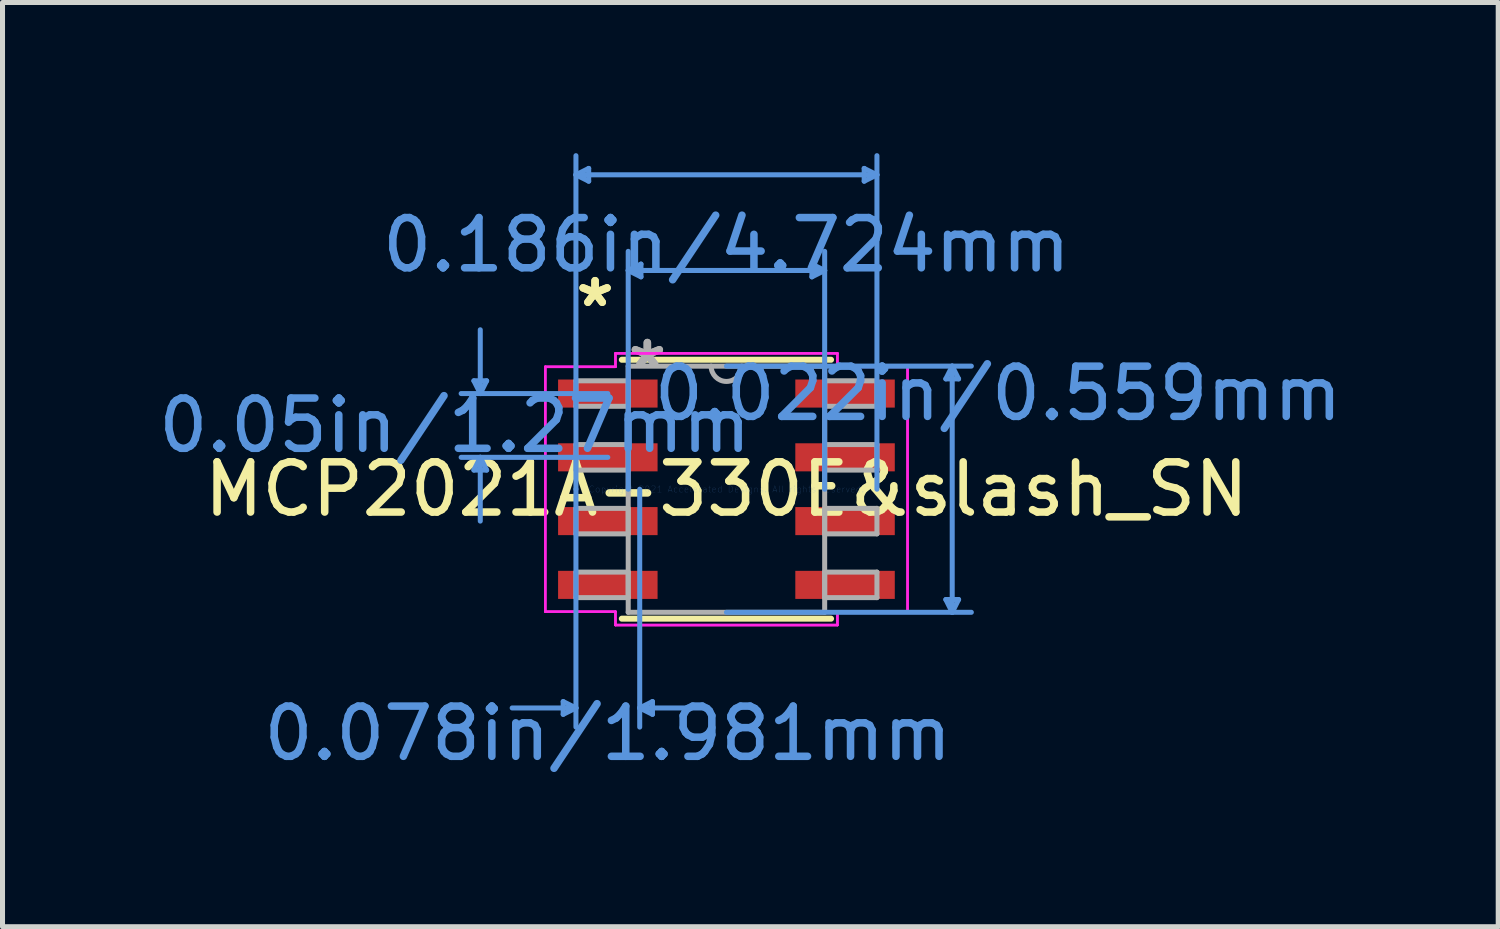
<source format=kicad_pcb>
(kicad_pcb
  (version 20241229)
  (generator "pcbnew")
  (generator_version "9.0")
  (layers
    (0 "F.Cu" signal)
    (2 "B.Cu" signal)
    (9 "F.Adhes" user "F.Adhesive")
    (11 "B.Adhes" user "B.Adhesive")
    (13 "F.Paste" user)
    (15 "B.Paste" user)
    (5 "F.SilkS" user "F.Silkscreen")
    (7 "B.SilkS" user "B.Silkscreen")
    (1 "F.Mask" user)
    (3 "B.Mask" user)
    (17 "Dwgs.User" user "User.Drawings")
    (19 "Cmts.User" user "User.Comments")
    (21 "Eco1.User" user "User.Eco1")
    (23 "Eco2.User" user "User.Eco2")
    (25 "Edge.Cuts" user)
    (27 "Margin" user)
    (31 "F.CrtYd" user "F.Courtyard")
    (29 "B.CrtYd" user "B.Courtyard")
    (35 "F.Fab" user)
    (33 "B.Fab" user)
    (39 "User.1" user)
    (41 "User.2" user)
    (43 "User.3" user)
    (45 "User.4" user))
  (footprint "MCP2021A-330E&slash_SN"
    (layer "F.Cu")
    (at 11.416 6.692)
    (property "Reference" "MCP2021A-330E&slash_SN" (at 0 0 0) (layer "F.SilkS") (effects (font (size 1 1) (thickness 0.15))))
    (attr through_hole)
    (fp_line (start -2.083 2.578) (end 2.083 2.578) (stroke (width 0.12) (type solid)) (layer "F.SilkS"))
    (fp_line (start 2.083 -2.578) (end -2.083 -2.578) (stroke (width 0.12) (type solid)) (layer "F.SilkS"))
    (fp_line (start -5.029 -2.159) (end -4.775 -2.159) (stroke (width 0.1) (type solid)) (layer "Cmts.User"))
    (fp_line (start -5.029 -0.381) (end -4.775 -0.381) (stroke (width 0.1) (type solid)) (layer "Cmts.User"))
    (fp_line (start -4.902 -1.905) (end -5.029 -2.159) (stroke (width 0.1) (type solid)) (layer "Cmts.User"))
    (fp_line (start -4.902 -1.905) (end -4.902 -3.175) (stroke (width 0.1) (type solid)) (layer "Cmts.User"))
    (fp_line (start -4.902 -1.905) (end -4.775 -2.159) (stroke (width 0.1) (type solid)) (layer "Cmts.User"))
    (fp_line (start -4.902 -0.635) (end -5.029 -0.381) (stroke (width 0.1) (type solid)) (layer "Cmts.User"))
    (fp_line (start -4.902 -0.635) (end -4.902 0.635) (stroke (width 0.1) (type solid)) (layer "Cmts.User"))
    (fp_line (start -4.902 -0.635) (end -4.775 -0.381) (stroke (width 0.1) (type solid)) (layer "Cmts.User"))
    (fp_line (start -3.251 4.229) (end -3.251 4.483) (stroke (width 0.1) (type solid)) (layer "Cmts.User"))
    (fp_line (start -2.997 -6.261) (end -2.743 -6.388) (stroke (width 0.1) (type solid)) (layer "Cmts.User"))
    (fp_line (start -2.997 -6.261) (end -2.743 -6.134) (stroke (width 0.1) (type solid)) (layer "Cmts.User"))
    (fp_line (start -2.997 -6.261) (end 2.997 -6.261) (stroke (width 0.1) (type solid)) (layer "Cmts.User"))
    (fp_line (start -2.997 0) (end -2.997 -6.642) (stroke (width 0.1) (type solid)) (layer "Cmts.User"))
    (fp_line (start -2.997 0) (end -2.997 4.737) (stroke (width 0.1) (type solid)) (layer "Cmts.User"))
    (fp_line (start -2.997 4.356) (end -4.267 4.356) (stroke (width 0.1) (type solid)) (layer "Cmts.User"))
    (fp_line (start -2.997 4.356) (end -3.251 4.229) (stroke (width 0.1) (type solid)) (layer "Cmts.User"))
    (fp_line (start -2.997 4.356) (end -3.251 4.483) (stroke (width 0.1) (type solid)) (layer "Cmts.User"))
    (fp_line (start -2.743 -6.388) (end -2.743 -6.134) (stroke (width 0.1) (type solid)) (layer "Cmts.User"))
    (fp_line (start -2.362 -1.905) (end -5.283 -1.905) (stroke (width 0.1) (type solid)) (layer "Cmts.User"))
    (fp_line (start -2.362 -0.635) (end -5.283 -0.635) (stroke (width 0.1) (type solid)) (layer "Cmts.User"))
    (fp_line (start -1.956 -4.356) (end -1.702 -4.483) (stroke (width 0.1) (type solid)) (layer "Cmts.User"))
    (fp_line (start -1.956 -4.356) (end -1.702 -4.229) (stroke (width 0.1) (type solid)) (layer "Cmts.User"))
    (fp_line (start -1.956 -4.356) (end 1.956 -4.356) (stroke (width 0.1) (type solid)) (layer "Cmts.User"))
    (fp_line (start -1.956 0) (end -1.956 -4.737) (stroke (width 0.1) (type solid)) (layer "Cmts.User"))
    (fp_line (start -1.727 0) (end -1.727 4.737) (stroke (width 0.1) (type solid)) (layer "Cmts.User"))
    (fp_line (start -1.727 4.356) (end -1.473 4.229) (stroke (width 0.1) (type solid)) (layer "Cmts.User"))
    (fp_line (start -1.727 4.356) (end -1.473 4.483) (stroke (width 0.1) (type solid)) (layer "Cmts.User"))
    (fp_line (start -1.727 4.356) (end -0.457 4.356) (stroke (width 0.1) (type solid)) (layer "Cmts.User"))
    (fp_line (start -1.702 -4.483) (end -1.702 -4.229) (stroke (width 0.1) (type solid)) (layer "Cmts.User"))
    (fp_line (start -1.473 4.229) (end -1.473 4.483) (stroke (width 0.1) (type solid)) (layer "Cmts.User"))
    (fp_line (start 0 -2.451) (end 4.877 -2.451) (stroke (width 0.1) (type solid)) (layer "Cmts.User"))
    (fp_line (start 0 2.451) (end 4.877 2.451) (stroke (width 0.1) (type solid)) (layer "Cmts.User"))
    (fp_line (start 1.702 -4.483) (end 1.702 -4.229) (stroke (width 0.1) (type solid)) (layer "Cmts.User"))
    (fp_line (start 1.956 -4.356) (end 1.702 -4.483) (stroke (width 0.1) (type solid)) (layer "Cmts.User"))
    (fp_line (start 1.956 -4.356) (end 1.702 -4.229) (stroke (width 0.1) (type solid)) (layer "Cmts.User"))
    (fp_line (start 1.956 0) (end 1.956 -4.737) (stroke (width 0.1) (type solid)) (layer "Cmts.User"))
    (fp_line (start 2.743 -6.388) (end 2.743 -6.134) (stroke (width 0.1) (type solid)) (layer "Cmts.User"))
    (fp_line (start 2.997 -6.261) (end 2.743 -6.388) (stroke (width 0.1) (type solid)) (layer "Cmts.User"))
    (fp_line (start 2.997 -6.261) (end 2.743 -6.134) (stroke (width 0.1) (type solid)) (layer "Cmts.User"))
    (fp_line (start 2.997 0) (end 2.997 -6.642) (stroke (width 0.1) (type solid)) (layer "Cmts.User"))
    (fp_line (start 4.369 -2.197) (end 4.623 -2.197) (stroke (width 0.1) (type solid)) (layer "Cmts.User"))
    (fp_line (start 4.369 2.197) (end 4.623 2.197) (stroke (width 0.1) (type solid)) (layer "Cmts.User"))
    (fp_line (start 4.496 -2.451) (end 4.369 -2.197) (stroke (width 0.1) (type solid)) (layer "Cmts.User"))
    (fp_line (start 4.496 -2.451) (end 4.496 2.451) (stroke (width 0.1) (type solid)) (layer "Cmts.User"))
    (fp_line (start 4.496 -2.451) (end 4.623 -2.197) (stroke (width 0.1) (type solid)) (layer "Cmts.User"))
    (fp_line (start 4.496 2.451) (end 4.369 2.197) (stroke (width 0.1) (type solid)) (layer "Cmts.User"))
    (fp_line (start 4.496 2.451) (end 4.623 2.197) (stroke (width 0.1) (type solid)) (layer "Cmts.User"))
    (fp_line (start -3.607 -2.438) (end -2.21 -2.438) (stroke (width 0.05) (type solid)) (layer "F.CrtYd"))
    (fp_line (start -3.607 -2.438) (end -2.21 -2.438) (stroke (width 0.05) (type solid)) (layer "F.CrtYd"))
    (fp_line (start -3.607 2.438) (end -3.607 -2.438) (stroke (width 0.05) (type solid)) (layer "F.CrtYd"))
    (fp_line (start -3.607 2.438) (end -3.607 -2.438) (stroke (width 0.05) (type solid)) (layer "F.CrtYd"))
    (fp_line (start -3.607 2.438) (end -2.21 2.438) (stroke (width 0.05) (type solid)) (layer "F.CrtYd"))
    (fp_line (start -2.21 -2.705) (end 2.21 -2.705) (stroke (width 0.05) (type solid)) (layer "F.CrtYd"))
    (fp_line (start -2.21 -2.705) (end 2.21 -2.705) (stroke (width 0.05) (type solid)) (layer "F.CrtYd"))
    (fp_line (start -2.21 -2.438) (end -2.21 -2.705) (stroke (width 0.05) (type solid)) (layer "F.CrtYd"))
    (fp_line (start -2.21 -2.438) (end -2.21 -2.705) (stroke (width 0.05) (type solid)) (layer "F.CrtYd"))
    (fp_line (start -2.21 2.438) (end -3.607 2.438) (stroke (width 0.05) (type solid)) (layer "F.CrtYd"))
    (fp_line (start -2.21 2.705) (end -2.21 2.438) (stroke (width 0.05) (type solid)) (layer "F.CrtYd"))
    (fp_line (start -2.21 2.705) (end -2.21 2.438) (stroke (width 0.05) (type solid)) (layer "F.CrtYd"))
    (fp_line (start 2.21 -2.705) (end 2.21 -2.438) (stroke (width 0.05) (type solid)) (layer "F.CrtYd"))
    (fp_line (start 2.21 -2.705) (end 2.21 -2.438) (stroke (width 0.05) (type solid)) (layer "F.CrtYd"))
    (fp_line (start 2.21 -2.438) (end 3.607 -2.438) (stroke (width 0.05) (type solid)) (layer "F.CrtYd"))
    (fp_line (start 2.21 2.438) (end 2.21 2.705) (stroke (width 0.05) (type solid)) (layer "F.CrtYd"))
    (fp_line (start 2.21 2.438) (end 2.21 2.705) (stroke (width 0.05) (type solid)) (layer "F.CrtYd"))
    (fp_line (start 2.21 2.705) (end -2.21 2.705) (stroke (width 0.05) (type solid)) (layer "F.CrtYd"))
    (fp_line (start 2.21 2.705) (end -2.21 2.705) (stroke (width 0.05) (type solid)) (layer "F.CrtYd"))
    (fp_line (start 3.607 -2.438) (end 2.21 -2.438) (stroke (width 0.05) (type solid)) (layer "F.CrtYd"))
    (fp_line (start 3.607 -2.438) (end 3.607 2.438) (stroke (width 0.05) (type solid)) (layer "F.CrtYd"))
    (fp_line (start 3.607 -2.438) (end 3.607 2.438) (stroke (width 0.05) (type solid)) (layer "F.CrtYd"))
    (fp_line (start 3.607 2.438) (end 2.21 2.438) (stroke (width 0.05) (type solid)) (layer "F.CrtYd"))
    (fp_line (start 3.607 2.438) (end 2.21 2.438) (stroke (width 0.05) (type solid)) (layer "F.CrtYd"))
    (fp_line (start -2.997 -2.159) (end -2.997 -1.651) (stroke (width 0.1) (type solid)) (layer "F.Fab"))
    (fp_line (start -2.997 -1.651) (end -1.956 -1.651) (stroke (width 0.1) (type solid)) (layer "F.Fab"))
    (fp_line (start -2.997 -0.889) (end -2.997 -0.381) (stroke (width 0.1) (type solid)) (layer "F.Fab"))
    (fp_line (start -2.997 -0.381) (end -1.956 -0.381) (stroke (width 0.1) (type solid)) (layer "F.Fab"))
    (fp_line (start -2.997 0.381) (end -2.997 0.889) (stroke (width 0.1) (type solid)) (layer "F.Fab"))
    (fp_line (start -2.997 0.889) (end -1.956 0.889) (stroke (width 0.1) (type solid)) (layer "F.Fab"))
    (fp_line (start -2.997 1.651) (end -2.997 2.159) (stroke (width 0.1) (type solid)) (layer "F.Fab"))
    (fp_line (start -2.997 2.159) (end -1.956 2.159) (stroke (width 0.1) (type solid)) (layer "F.Fab"))
    (fp_line (start -1.956 -2.451) (end -1.956 2.451) (stroke (width 0.1) (type solid)) (layer "F.Fab"))
    (fp_line (start -1.956 -2.159) (end -2.997 -2.159) (stroke (width 0.1) (type solid)) (layer "F.Fab"))
    (fp_line (start -1.956 -1.651) (end -1.956 -2.159) (stroke (width 0.1) (type solid)) (layer "F.Fab"))
    (fp_line (start -1.956 -0.889) (end -2.997 -0.889) (stroke (width 0.1) (type solid)) (layer "F.Fab"))
    (fp_line (start -1.956 -0.381) (end -1.956 -0.889) (stroke (width 0.1) (type solid)) (layer "F.Fab"))
    (fp_line (start -1.956 0.381) (end -2.997 0.381) (stroke (width 0.1) (type solid)) (layer "F.Fab"))
    (fp_line (start -1.956 0.889) (end -1.956 0.381) (stroke (width 0.1) (type solid)) (layer "F.Fab"))
    (fp_line (start -1.956 1.651) (end -2.997 1.651) (stroke (width 0.1) (type solid)) (layer "F.Fab"))
    (fp_line (start -1.956 2.159) (end -1.956 1.651) (stroke (width 0.1) (type solid)) (layer "F.Fab"))
    (fp_line (start -1.956 2.451) (end 1.956 2.451) (stroke (width 0.1) (type solid)) (layer "F.Fab"))
    (fp_line (start 1.956 -2.451) (end -1.956 -2.451) (stroke (width 0.1) (type solid)) (layer "F.Fab"))
    (fp_line (start 1.956 -2.159) (end 1.956 -1.651) (stroke (width 0.1) (type solid)) (layer "F.Fab"))
    (fp_line (start 1.956 -1.651) (end 2.997 -1.651) (stroke (width 0.1) (type solid)) (layer "F.Fab"))
    (fp_line (start 1.956 -0.889) (end 1.956 -0.381) (stroke (width 0.1) (type solid)) (layer "F.Fab"))
    (fp_line (start 1.956 -0.381) (end 2.997 -0.381) (stroke (width 0.1) (type solid)) (layer "F.Fab"))
    (fp_line (start 1.956 0.381) (end 1.956 0.889) (stroke (width 0.1) (type solid)) (layer "F.Fab"))
    (fp_line (start 1.956 0.889) (end 2.997 0.889) (stroke (width 0.1) (type solid)) (layer "F.Fab"))
    (fp_line (start 1.956 1.651) (end 1.956 2.159) (stroke (width 0.1) (type solid)) (layer "F.Fab"))
    (fp_line (start 1.956 2.159) (end 2.997 2.159) (stroke (width 0.1) (type solid)) (layer "F.Fab"))
    (fp_line (start 1.956 2.451) (end 1.956 -2.451) (stroke (width 0.1) (type solid)) (layer "F.Fab"))
    (fp_line (start 2.997 -2.159) (end 1.956 -2.159) (stroke (width 0.1) (type solid)) (layer "F.Fab"))
    (fp_line (start 2.997 -1.651) (end 2.997 -2.159) (stroke (width 0.1) (type solid)) (layer "F.Fab"))
    (fp_line (start 2.997 -0.889) (end 1.956 -0.889) (stroke (width 0.1) (type solid)) (layer "F.Fab"))
    (fp_line (start 2.997 -0.381) (end 2.997 -0.889) (stroke (width 0.1) (type solid)) (layer "F.Fab"))
    (fp_line (start 2.997 0.381) (end 1.956 0.381) (stroke (width 0.1) (type solid)) (layer "F.Fab"))
    (fp_line (start 2.997 0.889) (end 2.997 0.381) (stroke (width 0.1) (type solid)) (layer "F.Fab"))
    (fp_line (start 2.997 1.651) (end 1.956 1.651) (stroke (width 0.1) (type solid)) (layer "F.Fab"))
    (fp_line (start 2.997 2.159) (end 2.997 1.651) (stroke (width 0.1) (type solid)) (layer "F.Fab"))
    (fp_arc (start 0.3048 -2.4511) (mid 0 -2.1463) (end -0.3048 -2.4511) (stroke (width 0.1) (type solid)) (layer "F.Fab"))
    (fp_text user "*" (at -2.616 -3.607 0) (layer "F.SilkS") (effects (font (size 1 1) (thickness 0.15))))
    (fp_text user "*" (at -2.616 -3.607 0) (layer "F.SilkS") (effects (font (size 1 1) (thickness 0.15))))
    (fp_text user "0.186in/4.724mm" (at 0 -4.864 0) (layer "Cmts.User") (effects (font (size 1 1) (thickness 0.15))))
    (fp_text user "Copyright 2021 Accelerated Designs. All rights reserved." (at 0 0 0) (layer "Cmts.User") (effects (font (size 0.127 0.127) (thickness 0.002))))
    (fp_text user "0.05in/1.27mm" (at -5.41 -1.27 0) (layer "Cmts.User") (effects (font (size 1 1) (thickness 0.15))))
    (fp_text user "0.022in/0.559mm" (at 5.41 -1.905 0) (layer "Cmts.User") (effects (font (size 1 1) (thickness 0.15))))
    (fp_text user "0.078in/1.981mm" (at -2.362 4.864 0) (layer "Cmts.User") (effects (font (size 1 1) (thickness 0.15))))
    (fp_text user "*" (at -1.575 -2.375 0) (layer "F.Fab") (effects (font (size 1 1) (thickness 0.15))))
    (fp_text user "*" (at -1.575 -2.375 0) (layer "F.Fab") (effects (font (size 1 1) (thickness 0.15))))
    (pad "1" smd rect (at -2.362 -1.905) (size 1.981 0.559) (layers "F.Cu" "F.Mask" "F.Paste"))
    (pad "2" smd rect (at -2.362 -0.635) (size 1.981 0.559) (layers "F.Cu" "F.Mask" "F.Paste"))
    (pad "3" smd rect (at -2.362 0.635) (size 1.981 0.559) (layers "F.Cu" "F.Mask" "F.Paste"))
    (pad "4" smd rect (at -2.362 1.905) (size 1.981 0.559) (layers "F.Cu" "F.Mask" "F.Paste"))
    (pad "5" smd rect (at 2.362 1.905) (size 1.981 0.559) (layers "F.Cu" "F.Mask" "F.Paste"))
    (pad "6" smd rect (at 2.362 0.635) (size 1.981 0.559) (layers "F.Cu" "F.Mask" "F.Paste"))
    (pad "7" smd rect (at 2.362 -0.635) (size 1.981 0.559) (layers "F.Cu" "F.Mask" "F.Paste"))
    (pad "8" smd rect (at 2.362 -1.905) (size 1.981 0.559) (layers "F.Cu" "F.Mask" "F.Paste")))
  (gr_rect
    (start -3 -3)
    (end 26.785 15.404)
    (stroke (width 0.1) (type default))
    (fill no)
    (layer "Edge.Cuts")))
</source>
